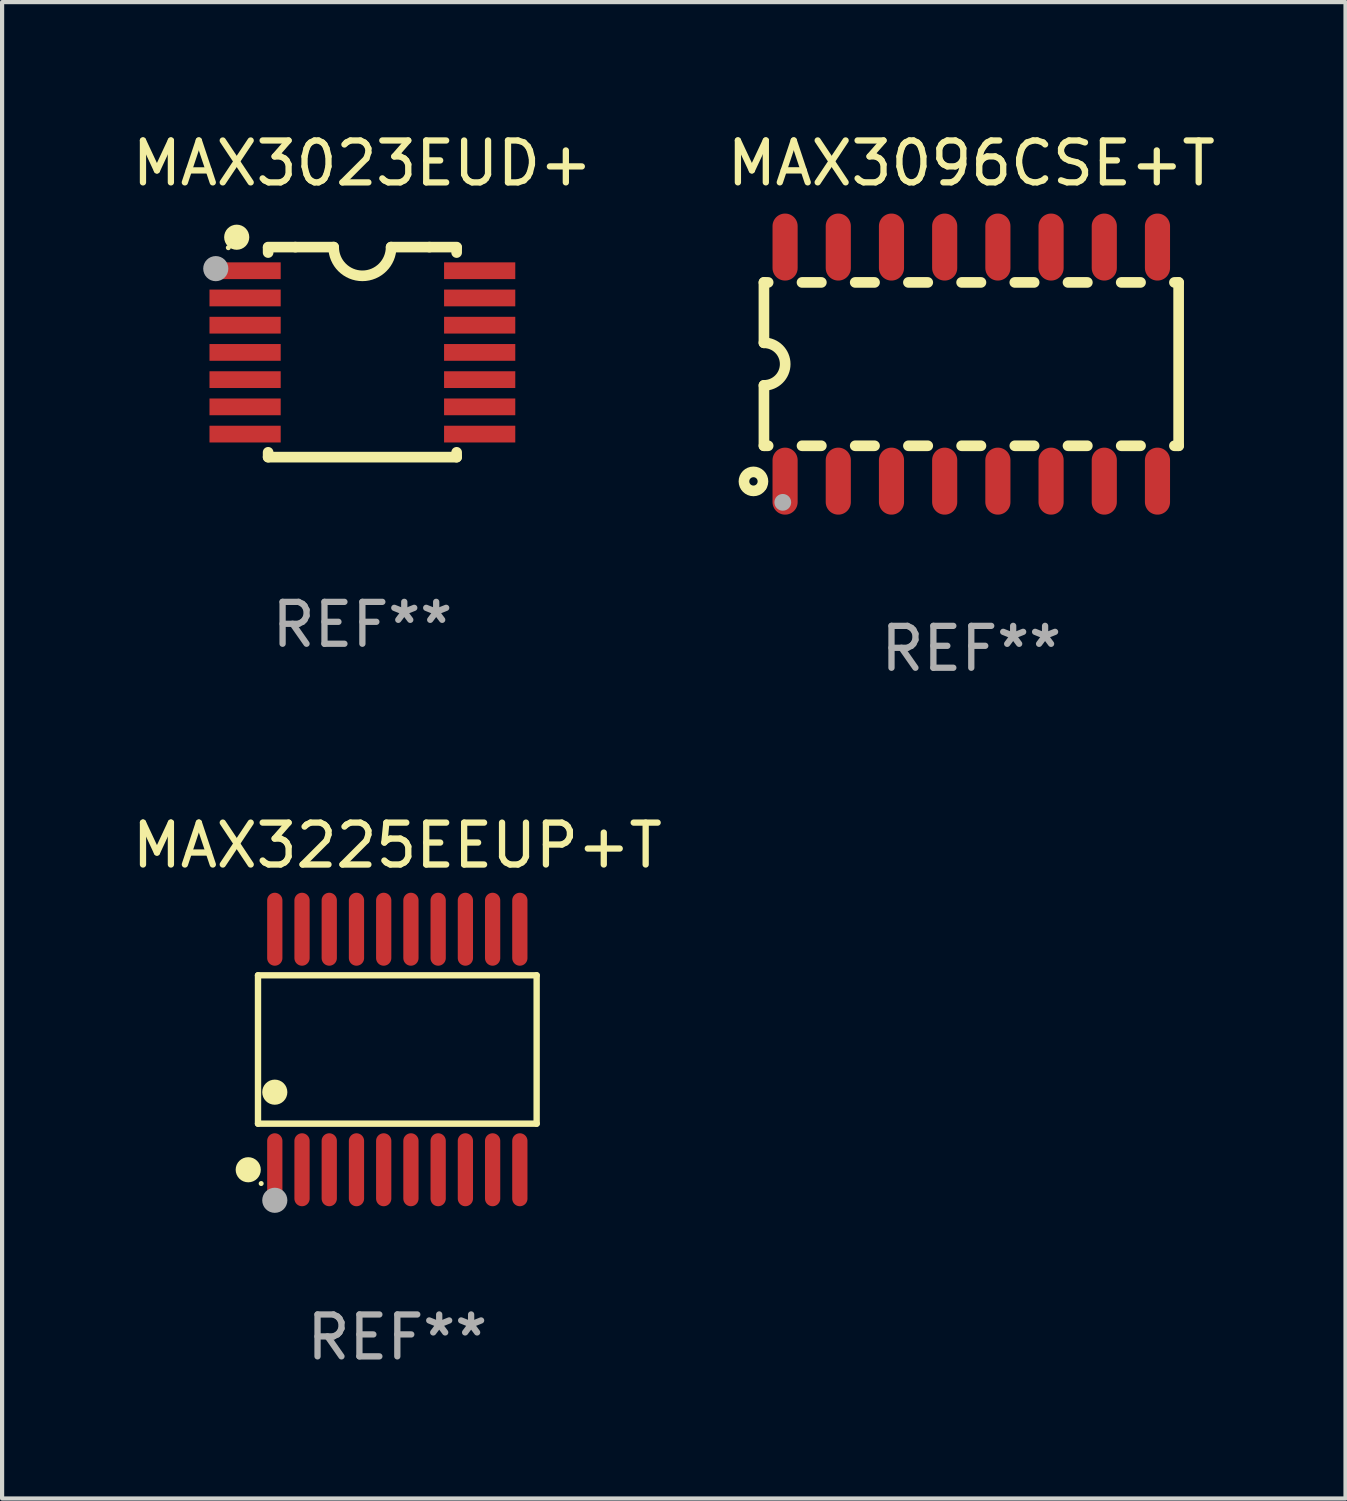
<source format=kicad_pcb>
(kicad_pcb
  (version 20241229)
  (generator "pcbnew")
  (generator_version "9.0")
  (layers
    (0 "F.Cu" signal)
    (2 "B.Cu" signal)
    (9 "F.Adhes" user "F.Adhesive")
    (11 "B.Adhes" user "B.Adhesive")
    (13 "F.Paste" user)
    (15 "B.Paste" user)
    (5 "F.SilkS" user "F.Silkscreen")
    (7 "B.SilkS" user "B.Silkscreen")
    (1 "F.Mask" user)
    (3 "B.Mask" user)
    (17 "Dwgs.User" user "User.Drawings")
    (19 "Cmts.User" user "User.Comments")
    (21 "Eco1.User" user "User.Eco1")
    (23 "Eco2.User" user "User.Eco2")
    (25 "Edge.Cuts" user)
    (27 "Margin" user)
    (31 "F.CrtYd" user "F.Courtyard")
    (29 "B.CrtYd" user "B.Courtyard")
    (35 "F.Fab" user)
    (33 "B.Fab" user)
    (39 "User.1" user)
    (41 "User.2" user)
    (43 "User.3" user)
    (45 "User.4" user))
  (footprint "MAX3225EEUP+T"
    (layer "F.Cu")
    (at 6.435 22.004)
    (property "Reference" "MAX3225EEUP+T" (at 0 -4.871 0) (layer "F.SilkS") (effects (font (size 1 1) (thickness 0.15))))
    (attr through_hole)
    (fp_line (start -3.326 -1.771) (end 3.326 -1.771) (stroke (width 0.152) (type solid)) (layer "F.SilkS"))
    (fp_line (start -3.326 1.771) (end -3.326 -1.771) (stroke (width 0.152) (type solid)) (layer "F.SilkS"))
    (fp_line (start 3.326 -1.771) (end 3.326 1.771) (stroke (width 0.152) (type solid)) (layer "F.SilkS"))
    (fp_line (start 3.326 1.771) (end -3.326 1.771) (stroke (width 0.152) (type solid)) (layer "F.SilkS"))
    (fp_circle (center -3.559 2.871) (end -3.409 2.871) (stroke (width 0.3) (type solid)) (fill no) (layer "F.SilkS"))
    (fp_circle (center -3.25 3.2) (end -3.22 3.2) (stroke (width 0.06) (type solid)) (fill no) (layer "F.SilkS"))
    (fp_circle (center -2.925 1.019) (end -2.775 1.019) (stroke (width 0.3) (type solid)) (fill no) (layer "F.SilkS"))
    (fp_circle (center -2.925 3.6) (end -2.775 3.6) (stroke (width 0.3) (type solid)) (fill no) (layer "F.Fab"))
    (fp_text user "REF**" (at 0 6.871 0) (layer "F.Fab") (effects (font (size 1 1) (thickness 0.15))))
    (pad "1" smd oval (at -2.925 2.871) (size 0.364 1.742) (layers "F.Cu" "F.Mask" "F.Paste"))
    (pad "2" smd oval (at -2.275 2.871) (size 0.364 1.742) (layers "F.Cu" "F.Mask" "F.Paste"))
    (pad "3" smd oval (at -1.625 2.871) (size 0.364 1.742) (layers "F.Cu" "F.Mask" "F.Paste"))
    (pad "4" smd oval (at -0.975 2.871) (size 0.364 1.742) (layers "F.Cu" "F.Mask" "F.Paste"))
    (pad "5" smd oval (at -0.325 2.871) (size 0.364 1.742) (layers "F.Cu" "F.Mask" "F.Paste"))
    (pad "6" smd oval (at 0.325 2.871) (size 0.364 1.742) (layers "F.Cu" "F.Mask" "F.Paste"))
    (pad "7" smd oval (at 0.975 2.871) (size 0.364 1.742) (layers "F.Cu" "F.Mask" "F.Paste"))
    (pad "8" smd oval (at 1.625 2.871) (size 0.364 1.742) (layers "F.Cu" "F.Mask" "F.Paste"))
    (pad "9" smd oval (at 2.275 2.871) (size 0.364 1.742) (layers "F.Cu" "F.Mask" "F.Paste"))
    (pad "10" smd oval (at 2.925 2.871) (size 0.364 1.742) (layers "F.Cu" "F.Mask" "F.Paste"))
    (pad "11" smd oval (at 2.925 -2.871) (size 0.364 1.742) (layers "F.Cu" "F.Mask" "F.Paste"))
    (pad "12" smd oval (at 2.275 -2.871) (size 0.364 1.742) (layers "F.Cu" "F.Mask" "F.Paste"))
    (pad "13" smd oval (at 1.625 -2.871) (size 0.364 1.742) (layers "F.Cu" "F.Mask" "F.Paste"))
    (pad "14" smd oval (at 0.975 -2.871) (size 0.364 1.742) (layers "F.Cu" "F.Mask" "F.Paste"))
    (pad "15" smd oval (at 0.325 -2.871) (size 0.364 1.742) (layers "F.Cu" "F.Mask" "F.Paste"))
    (pad "16" smd oval (at -0.325 -2.871) (size 0.364 1.742) (layers "F.Cu" "F.Mask" "F.Paste"))
    (pad "17" smd oval (at -0.975 -2.871) (size 0.364 1.742) (layers "F.Cu" "F.Mask" "F.Paste"))
    (pad "18" smd oval (at -1.625 -2.871) (size 0.364 1.742) (layers "F.Cu" "F.Mask" "F.Paste"))
    (pad "19" smd oval (at -2.275 -2.871) (size 0.364 1.742) (layers "F.Cu" "F.Mask" "F.Paste"))
    (pad "20" smd oval (at -2.925 -2.871) (size 0.364 1.742) (layers "F.Cu" "F.Mask" "F.Paste")))
  (footprint "MAX3096CSE+T"
    (layer "F.Cu")
    (at 20.137 5.642)
    (property "Reference" "MAX3096CSE+T" (at 0 -4.794 0) (layer "F.SilkS") (effects (font (size 1 1) (thickness 0.15))))
    (attr through_hole)
    (fp_line (start -4.95 -1.95) (end -4.95 -0.508) (stroke (width 0.254) (type solid)) (layer "F.SilkS"))
    (fp_line (start -4.95 -1.95) (end -4.849 -1.95) (stroke (width 0.254) (type solid)) (layer "F.SilkS"))
    (fp_line (start -4.95 1.95) (end -4.95 0.508) (stroke (width 0.254) (type solid)) (layer "F.SilkS"))
    (fp_line (start -4.95 1.95) (end -4.849 1.95) (stroke (width 0.254) (type solid)) (layer "F.SilkS"))
    (fp_line (start -4.041 -1.95) (end -3.579 -1.95) (stroke (width 0.254) (type solid)) (layer "F.SilkS"))
    (fp_line (start -4.041 1.95) (end -3.579 1.95) (stroke (width 0.254) (type solid)) (layer "F.SilkS"))
    (fp_line (start -2.771 -1.95) (end -2.309 -1.95) (stroke (width 0.254) (type solid)) (layer "F.SilkS"))
    (fp_line (start -2.771 1.95) (end -2.309 1.95) (stroke (width 0.254) (type solid)) (layer "F.SilkS"))
    (fp_line (start -1.501 -1.95) (end -1.039 -1.95) (stroke (width 0.254) (type solid)) (layer "F.SilkS"))
    (fp_line (start -1.501 1.95) (end -1.039 1.95) (stroke (width 0.254) (type solid)) (layer "F.SilkS"))
    (fp_line (start -0.231 -1.95) (end 0.231 -1.95) (stroke (width 0.254) (type solid)) (layer "F.SilkS"))
    (fp_line (start -0.231 1.95) (end 0.231 1.95) (stroke (width 0.254) (type solid)) (layer "F.SilkS"))
    (fp_line (start 1.039 -1.95) (end 1.501 -1.95) (stroke (width 0.254) (type solid)) (layer "F.SilkS"))
    (fp_line (start 1.039 1.95) (end 1.501 1.95) (stroke (width 0.254) (type solid)) (layer "F.SilkS"))
    (fp_line (start 2.309 -1.95) (end 2.771 -1.95) (stroke (width 0.254) (type solid)) (layer "F.SilkS"))
    (fp_line (start 2.309 1.95) (end 2.771 1.95) (stroke (width 0.254) (type solid)) (layer "F.SilkS"))
    (fp_line (start 3.579 -1.95) (end 4.041 -1.95) (stroke (width 0.254) (type solid)) (layer "F.SilkS"))
    (fp_line (start 3.579 1.95) (end 4.041 1.95) (stroke (width 0.254) (type solid)) (layer "F.SilkS"))
    (fp_line (start 4.849 -1.95) (end 4.95 -1.95) (stroke (width 0.254) (type solid)) (layer "F.SilkS"))
    (fp_line (start 4.849 1.95) (end 4.95 1.95) (stroke (width 0.254) (type solid)) (layer "F.SilkS"))
    (fp_line (start 4.95 -1.95) (end 4.95 1.95) (stroke (width 0.254) (type solid)) (layer "F.SilkS"))
    (fp_arc (start -4.95047 -0.508001) (mid -4.442469 -0.000228) (end -4.950013 0.508001) (stroke (width 0.254001) (type solid)) (layer "F.SilkS"))
    (fp_circle (center -5.2 2.8) (end -5.1 2.8) (stroke (width 0.254) (type solid)) (fill no) (layer "F.SilkS"))
    (fp_circle (center -4.95 2.947) (end -4.92 2.947) (stroke (width 0.06) (type solid)) (fill no) (layer "F.SilkS"))
    (fp_circle (center -4.5 3.3) (end -4.4 3.3) (stroke (width 0.2) (type solid)) (fill no) (layer "F.Fab"))
    (fp_text user "REF**" (at 0 6.794 0) (layer "F.Fab") (effects (font (size 1 1) (thickness 0.15))))
    (pad "1" smd oval (at -4.445 2.794) (size 0.6 1.6) (layers "F.Cu" "F.Mask" "F.Paste"))
    (pad "2" smd oval (at -3.175 2.794) (size 0.6 1.6) (layers "F.Cu" "F.Mask" "F.Paste"))
    (pad "3" smd oval (at -1.905 2.794) (size 0.6 1.6) (layers "F.Cu" "F.Mask" "F.Paste"))
    (pad "4" smd oval (at -0.635 2.794) (size 0.6 1.6) (layers "F.Cu" "F.Mask" "F.Paste"))
    (pad "5" smd oval (at 0.635 2.794) (size 0.6 1.6) (layers "F.Cu" "F.Mask" "F.Paste"))
    (pad "6" smd oval (at 1.905 2.794) (size 0.6 1.6) (layers "F.Cu" "F.Mask" "F.Paste"))
    (pad "7" smd oval (at 3.175 2.794) (size 0.6 1.6) (layers "F.Cu" "F.Mask" "F.Paste"))
    (pad "8" smd oval (at 4.445 2.794) (size 0.6 1.6) (layers "F.Cu" "F.Mask" "F.Paste"))
    (pad "9" smd oval (at 4.445 -2.794) (size 0.6 1.6) (layers "F.Cu" "F.Mask" "F.Paste"))
    (pad "10" smd oval (at 3.175 -2.794) (size 0.6 1.6) (layers "F.Cu" "F.Mask" "F.Paste"))
    (pad "11" smd oval (at 1.905 -2.794) (size 0.6 1.6) (layers "F.Cu" "F.Mask" "F.Paste"))
    (pad "12" smd oval (at 0.635 -2.794) (size 0.6 1.6) (layers "F.Cu" "F.Mask" "F.Paste"))
    (pad "13" smd oval (at -0.635 -2.794) (size 0.6 1.6) (layers "F.Cu" "F.Mask" "F.Paste"))
    (pad "14" smd oval (at -1.905 -2.794) (size 0.6 1.6) (layers "F.Cu" "F.Mask" "F.Paste"))
    (pad "15" smd oval (at -3.175 -2.794) (size 0.6 1.6) (layers "F.Cu" "F.Mask" "F.Paste"))
    (pad "16" smd oval (at -4.445 -2.794) (size 0.6 1.6) (layers "F.Cu" "F.Mask" "F.Paste")))
  (footprint "MAX3023EUD+"
    (layer "F.Cu")
    (at 5.601 5.356)
    (property "Reference" "MAX3023EUD+" (at 0 -4.507 0) (layer "F.SilkS") (effects (font (size 1 1) (thickness 0.15))))
    (attr through_hole)
    (fp_line (start -2.25 -2.377) (end -2.25 -2.493) (stroke (width 0.254) (type solid)) (layer "F.SilkS"))
    (fp_line (start -2.25 2.507) (end -2.25 2.392) (stroke (width 0.254) (type solid)) (layer "F.SilkS"))
    (fp_line (start -1.6 -2.507) (end -2.25 -2.507) (stroke (width 0.254) (type solid)) (layer "F.SilkS"))
    (fp_line (start -1.6 -2.507) (end -0.686 -2.507) (stroke (width 0.254) (type solid)) (layer "F.SilkS"))
    (fp_line (start 0.686 -2.507) (end 1.6 -2.507) (stroke (width 0.254) (type solid)) (layer "F.SilkS"))
    (fp_line (start 1.6 -2.507) (end 2.25 -2.507) (stroke (width 0.254) (type solid)) (layer "F.SilkS"))
    (fp_line (start 2.25 -2.493) (end 2.25 -2.377) (stroke (width 0.254) (type solid)) (layer "F.SilkS"))
    (fp_line (start 2.25 2.392) (end 2.25 2.507) (stroke (width 0.254) (type solid)) (layer "F.SilkS"))
    (fp_line (start 2.25 2.507) (end -2.25 2.507) (stroke (width 0.254) (type solid)) (layer "F.SilkS"))
    (fp_arc (start 0.685852 -2.507303) (mid 0.000051 -1.821502) (end -0.68575 -2.507303) (stroke (width 0.254001) (type solid)) (layer "F.SilkS"))
    (fp_circle (center -3.2 -2.493) (end -3.17 -2.493) (stroke (width 0.06) (type solid)) (fill no) (layer "F.SilkS"))
    (fp_circle (center -3 -2.743) (end -2.85 -2.743) (stroke (width 0.3) (type solid)) (fill no) (layer "F.SilkS"))
    (fp_circle (center -3.5 -1.993) (end -3.35 -1.993) (stroke (width 0.3) (type solid)) (fill no) (layer "F.Fab"))
    (fp_text user "REF**" (at 0 6.507 0) (layer "F.Fab") (effects (font (size 1 1) (thickness 0.15))))
    (pad "1" smd rect (at -2.8 -1.943) (size 1.7 0.4) (layers "F.Cu" "F.Mask" "F.Paste"))
    (pad "2" smd rect (at -2.8 -1.293) (size 1.7 0.4) (layers "F.Cu" "F.Mask" "F.Paste"))
    (pad "3" smd rect (at -2.8 -0.643) (size 1.7 0.4) (layers "F.Cu" "F.Mask" "F.Paste"))
    (pad "4" smd rect (at -2.8 0.007) (size 1.7 0.4) (layers "F.Cu" "F.Mask" "F.Paste"))
    (pad "5" smd rect (at -2.8 0.657) (size 1.7 0.4) (layers "F.Cu" "F.Mask" "F.Paste"))
    (pad "6" smd rect (at -2.8 1.307) (size 1.7 0.4) (layers "F.Cu" "F.Mask" "F.Paste"))
    (pad "7" smd rect (at -2.8 1.957) (size 1.7 0.4) (layers "F.Cu" "F.Mask" "F.Paste"))
    (pad "8" smd rect (at 2.8 1.957) (size 1.7 0.4) (layers "F.Cu" "F.Mask" "F.Paste"))
    (pad "9" smd rect (at 2.8 1.307) (size 1.7 0.4) (layers "F.Cu" "F.Mask" "F.Paste"))
    (pad "10" smd rect (at 2.8 0.657) (size 1.7 0.4) (layers "F.Cu" "F.Mask" "F.Paste"))
    (pad "11" smd rect (at 2.8 0.007) (size 1.7 0.4) (layers "F.Cu" "F.Mask" "F.Paste"))
    (pad "12" smd rect (at 2.8 -0.643) (size 1.7 0.4) (layers "F.Cu" "F.Mask" "F.Paste"))
    (pad "13" smd rect (at 2.8 -1.293) (size 1.7 0.4) (layers "F.Cu" "F.Mask" "F.Paste"))
    (pad "14" smd rect (at 2.8 -1.943) (size 1.7 0.4) (layers "F.Cu" "F.Mask" "F.Paste")))
  (gr_rect
    (start -3 -3)
    (end 29.071 32.723)
    (stroke (width 0.1) (type default))
    (fill no)
    (layer "Edge.Cuts")))
</source>
